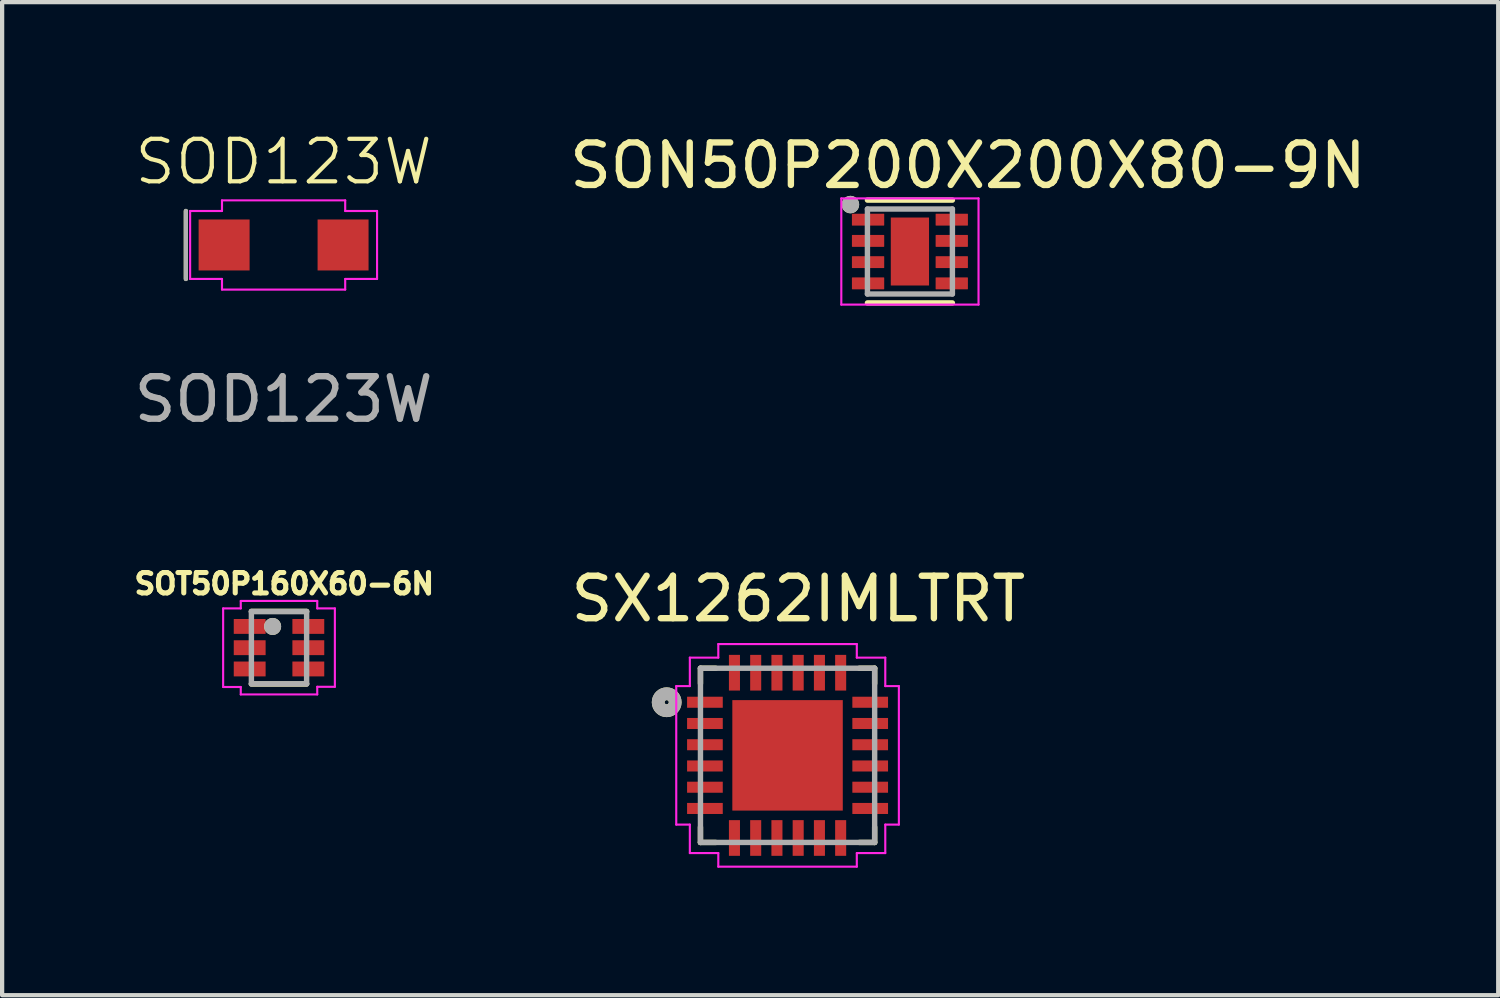
<source format=kicad_pcb>
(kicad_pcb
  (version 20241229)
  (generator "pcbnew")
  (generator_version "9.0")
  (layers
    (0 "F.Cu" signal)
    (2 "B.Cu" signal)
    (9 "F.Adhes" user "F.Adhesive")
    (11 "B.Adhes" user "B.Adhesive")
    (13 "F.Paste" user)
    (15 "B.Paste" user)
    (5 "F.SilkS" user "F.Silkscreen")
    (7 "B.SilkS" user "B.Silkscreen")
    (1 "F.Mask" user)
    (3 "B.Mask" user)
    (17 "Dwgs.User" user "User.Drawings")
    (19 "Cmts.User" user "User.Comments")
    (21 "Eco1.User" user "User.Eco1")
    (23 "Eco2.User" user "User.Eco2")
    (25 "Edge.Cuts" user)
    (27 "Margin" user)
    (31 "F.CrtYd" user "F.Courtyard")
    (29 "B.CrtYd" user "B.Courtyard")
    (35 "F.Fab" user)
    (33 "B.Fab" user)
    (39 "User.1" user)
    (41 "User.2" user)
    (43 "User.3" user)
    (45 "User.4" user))
  (footprint "SX1262IMLTRT"
    (layer "F.Cu")
    (at 15.487 14.729)
    (property "Reference" "SX1262IMLTRT" (at 0.254 -3.683 0) (layer "F.SilkS") (effects (font (size 1 1) (thickness 0.15))))
    (attr smd)
    (fp_line (start -2.05 -2.05) (end -2.05 -1.69) (stroke (width 0.127) (type solid)) (layer "F.SilkS"))
    (fp_line (start -2.05 2.05) (end -2.05 1.69) (stroke (width 0.127) (type solid)) (layer "F.SilkS"))
    (fp_line (start -1.69 -2.05) (end -2.05 -2.05) (stroke (width 0.127) (type solid)) (layer "F.SilkS"))
    (fp_line (start -1.69 2.05) (end -2.05 2.05) (stroke (width 0.127) (type solid)) (layer "F.SilkS"))
    (fp_line (start 1.69 2.05) (end 2.05 2.05) (stroke (width 0.127) (type solid)) (layer "F.SilkS"))
    (fp_line (start 2.05 -2.05) (end 1.69 -2.05) (stroke (width 0.127) (type solid)) (layer "F.SilkS"))
    (fp_line (start 2.05 -1.69) (end 2.05 -2.05) (stroke (width 0.127) (type solid)) (layer "F.SilkS"))
    (fp_line (start 2.05 2.05) (end 2.05 1.69) (stroke (width 0.127) (type solid)) (layer "F.SilkS"))
    (fp_circle (center -2.845 -1.25) (end -2.795 -1.25) (stroke (width 0.3) (type solid)) (fill no) (layer "F.SilkS"))
    (fp_poly (pts (xy -1.045 -1.045) (xy -0.125 -1.045) (xy -0.125 -0.125) (xy -1.045 -0.125)) (stroke (width 0.01) (type solid)) (fill yes) (layer "F.Paste"))
    (fp_poly (pts (xy -1.045 0.125) (xy -0.125 0.125) (xy -0.125 1.045) (xy -1.045 1.045)) (stroke (width 0.01) (type solid)) (fill yes) (layer "F.Paste"))
    (fp_poly (pts (xy 0.125 -1.045) (xy 1.045 -1.045) (xy 1.045 -0.125) (xy 0.125 -0.125)) (stroke (width 0.01) (type solid)) (fill yes) (layer "F.Paste"))
    (fp_poly (pts (xy 0.125 0.125) (xy 1.045 0.125) (xy 1.045 1.045) (xy 0.125 1.045)) (stroke (width 0.01) (type solid)) (fill yes) (layer "F.Paste"))
    (fp_line (start -2.62 -1.63) (end -2.62 1.63) (stroke (width 0.05) (type solid)) (layer "F.CrtYd"))
    (fp_line (start -2.62 1.63) (end -2.3 1.63) (stroke (width 0.05) (type solid)) (layer "F.CrtYd"))
    (fp_line (start -2.3 -2.3) (end -2.3 -1.63) (stroke (width 0.05) (type solid)) (layer "F.CrtYd"))
    (fp_line (start -2.3 -1.63) (end -2.62 -1.63) (stroke (width 0.05) (type solid)) (layer "F.CrtYd"))
    (fp_line (start -2.3 1.63) (end -2.3 2.3) (stroke (width 0.05) (type solid)) (layer "F.CrtYd"))
    (fp_line (start -2.3 2.3) (end -1.63 2.3) (stroke (width 0.05) (type solid)) (layer "F.CrtYd"))
    (fp_line (start -1.63 -2.62) (end -1.63 -2.3) (stroke (width 0.05) (type solid)) (layer "F.CrtYd"))
    (fp_line (start -1.63 -2.3) (end -2.3 -2.3) (stroke (width 0.05) (type solid)) (layer "F.CrtYd"))
    (fp_line (start -1.63 2.3) (end -1.63 2.62) (stroke (width 0.05) (type solid)) (layer "F.CrtYd"))
    (fp_line (start -1.63 2.62) (end 1.63 2.62) (stroke (width 0.05) (type solid)) (layer "F.CrtYd"))
    (fp_line (start 1.63 -2.62) (end -1.63 -2.62) (stroke (width 0.05) (type solid)) (layer "F.CrtYd"))
    (fp_line (start 1.63 -2.3) (end 1.63 -2.62) (stroke (width 0.05) (type solid)) (layer "F.CrtYd"))
    (fp_line (start 1.63 2.3) (end 2.3 2.3) (stroke (width 0.05) (type solid)) (layer "F.CrtYd"))
    (fp_line (start 1.63 2.62) (end 1.63 2.3) (stroke (width 0.05) (type solid)) (layer "F.CrtYd"))
    (fp_line (start 2.3 -2.3) (end 1.63 -2.3) (stroke (width 0.05) (type solid)) (layer "F.CrtYd"))
    (fp_line (start 2.3 -1.63) (end 2.3 -2.3) (stroke (width 0.05) (type solid)) (layer "F.CrtYd"))
    (fp_line (start 2.3 1.63) (end 2.62 1.63) (stroke (width 0.05) (type solid)) (layer "F.CrtYd"))
    (fp_line (start 2.3 2.3) (end 2.3 1.63) (stroke (width 0.05) (type solid)) (layer "F.CrtYd"))
    (fp_line (start 2.62 -1.63) (end 2.3 -1.63) (stroke (width 0.05) (type solid)) (layer "F.CrtYd"))
    (fp_line (start 2.62 1.63) (end 2.62 -1.63) (stroke (width 0.05) (type solid)) (layer "F.CrtYd"))
    (fp_line (start -2.05 -2.05) (end -2.05 2.05) (stroke (width 0.127) (type solid)) (layer "F.Fab"))
    (fp_line (start -2.05 2.05) (end 2.05 2.05) (stroke (width 0.127) (type solid)) (layer "F.Fab"))
    (fp_line (start 2.05 -2.05) (end -2.05 -2.05) (stroke (width 0.127) (type solid)) (layer "F.Fab"))
    (fp_line (start 2.05 2.05) (end 2.05 -2.05) (stroke (width 0.127) (type solid)) (layer "F.Fab"))
    (fp_circle (center -2.845 -1.25) (end -2.795 -1.25) (stroke (width 0.3) (type solid)) (fill no) (layer "F.Fab"))
    (pad "1" smd rect (at -1.945 -1.25 180) (size 0.84 0.26) (layers "F.Cu" "F.Mask" "F.Paste"))
    (pad "2" smd rect (at -1.945 -0.75 180) (size 0.84 0.26) (layers "F.Cu" "F.Mask" "F.Paste"))
    (pad "3" smd rect (at -1.945 -0.25 180) (size 0.84 0.26) (layers "F.Cu" "F.Mask" "F.Paste"))
    (pad "4" smd rect (at -1.945 0.25 180) (size 0.84 0.26) (layers "F.Cu" "F.Mask" "F.Paste"))
    (pad "5" smd rect (at -1.945 0.75 180) (size 0.84 0.26) (layers "F.Cu" "F.Mask" "F.Paste"))
    (pad "6" smd rect (at -1.945 1.25 180) (size 0.84 0.26) (layers "F.Cu" "F.Mask" "F.Paste"))
    (pad "7" smd rect (at -1.25 1.945 270) (size 0.84 0.26) (layers "F.Cu" "F.Mask" "F.Paste"))
    (pad "8" smd rect (at -0.75 1.945 270) (size 0.84 0.26) (layers "F.Cu" "F.Mask" "F.Paste"))
    (pad "9" smd rect (at -0.25 1.945 270) (size 0.84 0.26) (layers "F.Cu" "F.Mask" "F.Paste"))
    (pad "10" smd rect (at 0.25 1.945 270) (size 0.84 0.26) (layers "F.Cu" "F.Mask" "F.Paste"))
    (pad "11" smd rect (at 0.75 1.945 270) (size 0.84 0.26) (layers "F.Cu" "F.Mask" "F.Paste"))
    (pad "12" smd rect (at 1.25 1.945 270) (size 0.84 0.26) (layers "F.Cu" "F.Mask" "F.Paste"))
    (pad "13" smd rect (at 1.945 1.25) (size 0.84 0.26) (layers "F.Cu" "F.Mask" "F.Paste"))
    (pad "14" smd rect (at 1.945 0.75) (size 0.84 0.26) (layers "F.Cu" "F.Mask" "F.Paste"))
    (pad "15" smd rect (at 1.945 0.25) (size 0.84 0.26) (layers "F.Cu" "F.Mask" "F.Paste"))
    (pad "16" smd rect (at 1.945 -0.25) (size 0.84 0.26) (layers "F.Cu" "F.Mask" "F.Paste"))
    (pad "17" smd rect (at 1.945 -0.75) (size 0.84 0.26) (layers "F.Cu" "F.Mask" "F.Paste"))
    (pad "18" smd rect (at 1.945 -1.25) (size 0.84 0.26) (layers "F.Cu" "F.Mask" "F.Paste"))
    (pad "19" smd rect (at 1.25 -1.945 90) (size 0.84 0.26) (layers "F.Cu" "F.Mask" "F.Paste"))
    (pad "20" smd rect (at 0.75 -1.945 90) (size 0.84 0.26) (layers "F.Cu" "F.Mask" "F.Paste"))
    (pad "21" smd rect (at 0.25 -1.945 90) (size 0.84 0.26) (layers "F.Cu" "F.Mask" "F.Paste"))
    (pad "22" smd rect (at -0.25 -1.945 90) (size 0.84 0.26) (layers "F.Cu" "F.Mask" "F.Paste"))
    (pad "23" smd rect (at -0.75 -1.945 90) (size 0.84 0.26) (layers "F.Cu" "F.Mask" "F.Paste"))
    (pad "24" smd rect (at -1.25 -1.945 90) (size 0.84 0.26) (layers "F.Cu" "F.Mask" "F.Paste"))
    (pad "25" smd rect (at 0 0 90) (size 2.6 2.6) (layers "F.Cu" "F.Mask")))
  (footprint "SOD123W"
    (layer "F.Cu")
    (at 3.625 2.716)
    (property "Reference" "SOD123W" (at 0 -1.956 0) (unlocked yes) (layer "F.SilkS") (effects (font (size 1 1) (thickness 0.1))))
    (attr smd)
    (fp_line (start -2.3 -0.8) (end -2.3 0.8) (stroke (width 0.1) (type default)) (layer "F.SilkS"))
    (fp_line (start -2.2 -0.8) (end -2.2 0.8) (stroke (width 0.05) (type default)) (layer "F.CrtYd"))
    (fp_line (start -1.45 -1.05) (end -1.45 -0.8) (stroke (width 0.05) (type default)) (layer "F.CrtYd"))
    (fp_line (start -1.45 -0.8) (end -2.2 -0.8) (stroke (width 0.05) (type default)) (layer "F.CrtYd"))
    (fp_line (start -1.45 0.8) (end -2.2 0.8) (stroke (width 0.05) (type default)) (layer "F.CrtYd"))
    (fp_line (start -1.45 0.8) (end -1.45 1.05) (stroke (width 0.05) (type default)) (layer "F.CrtYd"))
    (fp_line (start 1.45 -1.05) (end -1.45 -1.05) (stroke (width 0.05) (type default)) (layer "F.CrtYd"))
    (fp_line (start 1.45 -0.8) (end 1.45 -1.05) (stroke (width 0.05) (type default)) (layer "F.CrtYd"))
    (fp_line (start 1.45 0.8) (end 1.45 1.05) (stroke (width 0.05) (type default)) (layer "F.CrtYd"))
    (fp_line (start 1.45 1.05) (end -1.45 1.05) (stroke (width 0.05) (type default)) (layer "F.CrtYd"))
    (fp_line (start 2.2 -0.8) (end 1.45 -0.8) (stroke (width 0.05) (type default)) (layer "F.CrtYd"))
    (fp_line (start 2.2 0.8) (end 1.45 0.8) (stroke (width 0.05) (type default)) (layer "F.CrtYd"))
    (fp_line (start 2.2 0.8) (end 2.2 -0.8) (stroke (width 0.05) (type default)) (layer "F.CrtYd"))
    (fp_line (start -2.3 -0.8) (end -2.3 0.8) (stroke (width 0.1) (type default)) (layer "F.Fab"))
    (fp_text user "${REFERENCE}" (at 0 3.634 0) (unlocked yes) (layer "F.Fab") (effects (font (size 1 1) (thickness 0.15))))
    (pad "1" smd rect (at -1.4 0) (size 1.2 1.2) (layers "F.Cu" "F.Mask" "F.Paste"))
    (pad "2" smd rect (at 1.4 0) (size 1.2 1.2) (layers "F.Cu" "F.Mask" "F.Paste")))
  (footprint "SON50P200X200X80-9N"
    (layer "F.Cu")
    (at 18.367 2.87)
    (property "Reference" "SON50P200X200X80-9N" (at 1.365 -2.022 0) (layer "F.SilkS") (effects (font (size 1 1) (thickness 0.15))))
    (attr smd)
    (fp_line (start -1 -1.21) (end 1 -1.21) (stroke (width 0.127) (type solid)) (layer "F.SilkS"))
    (fp_line (start -1 1.21) (end 1 1.21) (stroke (width 0.127) (type solid)) (layer "F.SilkS"))
    (fp_circle (center -1.4 -1.105) (end -1.405 -1.105) (stroke (width 0.2) (type solid)) (fill no) (layer "F.SilkS"))
    (fp_poly (pts (xy -0.45 -0.8) (xy 0.45 -0.8) (xy 0.45 -0.1) (xy -0.45 -0.1)) (stroke (width 0.01) (type solid)) (fill yes) (layer "F.Paste"))
    (fp_poly (pts (xy -0.45 0.1) (xy 0.45 0.1) (xy 0.45 0.8) (xy -0.45 0.8)) (stroke (width 0.01) (type solid)) (fill yes) (layer "F.Paste"))
    (fp_line (start -1.615 -1.25) (end -1.615 1.25) (stroke (width 0.05) (type solid)) (layer "F.CrtYd"))
    (fp_line (start -1.615 -1.25) (end 1.615 -1.25) (stroke (width 0.05) (type solid)) (layer "F.CrtYd"))
    (fp_line (start -1.615 1.25) (end 1.615 1.25) (stroke (width 0.05) (type solid)) (layer "F.CrtYd"))
    (fp_line (start 1.615 -1.25) (end 1.615 1.25) (stroke (width 0.05) (type solid)) (layer "F.CrtYd"))
    (fp_line (start -1 -1) (end -1 1) (stroke (width 0.127) (type solid)) (layer "F.Fab"))
    (fp_line (start -1 -1) (end 1 -1) (stroke (width 0.127) (type solid)) (layer "F.Fab"))
    (fp_line (start -1 1) (end 1 1) (stroke (width 0.127) (type solid)) (layer "F.Fab"))
    (fp_line (start 1 -1) (end 1 1) (stroke (width 0.127) (type solid)) (layer "F.Fab"))
    (fp_circle (center -1.4 -1.105) (end -1.405 -1.105) (stroke (width 0.2) (type solid)) (fill no) (layer "F.Fab"))
    (pad "1" smd roundrect (at -0.985 -0.75) (size 0.76 0.28) (layers "F.Cu" "F.Mask" "F.Paste") (roundrect_rratio 0.04))
    (pad "2" smd roundrect (at -0.985 -0.25) (size 0.76 0.28) (layers "F.Cu" "F.Mask" "F.Paste") (roundrect_rratio 0.04))
    (pad "3" smd roundrect (at -0.985 0.25) (size 0.76 0.28) (layers "F.Cu" "F.Mask" "F.Paste") (roundrect_rratio 0.04))
    (pad "4" smd roundrect (at -0.985 0.75) (size 0.76 0.28) (layers "F.Cu" "F.Mask" "F.Paste") (roundrect_rratio 0.04))
    (pad "5" smd roundrect (at 0.985 0.75) (size 0.76 0.28) (layers "F.Cu" "F.Mask" "F.Paste") (roundrect_rratio 0.04))
    (pad "6" smd roundrect (at 0.985 0.25) (size 0.76 0.28) (layers "F.Cu" "F.Mask" "F.Paste") (roundrect_rratio 0.04))
    (pad "7" smd roundrect (at 0.985 -0.25) (size 0.76 0.28) (layers "F.Cu" "F.Mask" "F.Paste") (roundrect_rratio 0.04))
    (pad "8" smd roundrect (at 0.985 -0.75) (size 0.76 0.28) (layers "F.Cu" "F.Mask" "F.Paste") (roundrect_rratio 0.04))
    (pad "9" smd rect (at 0 0) (size 0.9 1.6) (layers "F.Cu" "F.Mask")))
  (footprint "SOT50P160X60-6N"
    (layer "F.Cu")
    (at 3.517 12.195)
    (property "Reference" "SOT50P160X60-6N" (at 0.124 -1.505 0) (layer "F.SilkS") (effects (font (size 0.48 0.48) (thickness 0.15))))
    (attr smd)
    (fp_line (start 0.65 -0.855) (end -0.65 -0.855) (stroke (width 0.127) (type solid)) (layer "F.SilkS"))
    (fp_line (start 0.65 0.855) (end -0.65 0.855) (stroke (width 0.127) (type solid)) (layer "F.SilkS"))
    (fp_circle (center -0.15 -0.5) (end -0.15 -0.5) (stroke (width 0.2) (type solid)) (fill no) (layer "F.SilkS"))
    (fp_line (start -1.315 -0.925) (end -0.9 -0.925) (stroke (width 0.05) (type solid)) (layer "F.CrtYd"))
    (fp_line (start -1.315 0.925) (end -1.315 -0.925) (stroke (width 0.05) (type solid)) (layer "F.CrtYd"))
    (fp_line (start -0.9 -1.1) (end 0.9 -1.1) (stroke (width 0.05) (type solid)) (layer "F.CrtYd"))
    (fp_line (start -0.9 -0.925) (end -0.9 -1.1) (stroke (width 0.05) (type solid)) (layer "F.CrtYd"))
    (fp_line (start -0.9 0.925) (end -1.315 0.925) (stroke (width 0.05) (type solid)) (layer "F.CrtYd"))
    (fp_line (start -0.9 1.1) (end -0.9 0.925) (stroke (width 0.05) (type solid)) (layer "F.CrtYd"))
    (fp_line (start 0.9 -1.1) (end 0.9 -0.925) (stroke (width 0.05) (type solid)) (layer "F.CrtYd"))
    (fp_line (start 0.9 -0.925) (end 1.315 -0.925) (stroke (width 0.05) (type solid)) (layer "F.CrtYd"))
    (fp_line (start 0.9 0.92) (end 0.9 1.1) (stroke (width 0.05) (type solid)) (layer "F.CrtYd"))
    (fp_line (start 0.9 1.1) (end -0.9 1.1) (stroke (width 0.05) (type solid)) (layer "F.CrtYd"))
    (fp_line (start 1.315 -0.925) (end 1.315 0.92) (stroke (width 0.05) (type solid)) (layer "F.CrtYd"))
    (fp_line (start 1.315 0.92) (end 0.9 0.92) (stroke (width 0.05) (type solid)) (layer "F.CrtYd"))
    (fp_line (start -0.65 -0.85) (end 0.65 -0.85) (stroke (width 0.127) (type solid)) (layer "F.Fab"))
    (fp_line (start -0.65 0.85) (end -0.65 -0.85) (stroke (width 0.127) (type solid)) (layer "F.Fab"))
    (fp_line (start 0.65 -0.85) (end 0.65 0.85) (stroke (width 0.127) (type solid)) (layer "F.Fab"))
    (fp_line (start 0.65 0.85) (end -0.65 0.85) (stroke (width 0.127) (type solid)) (layer "F.Fab"))
    (fp_circle (center -0.15 -0.5) (end -0.15 -0.5) (stroke (width 0.2) (type solid)) (fill no) (layer "F.Fab"))
    (pad "1" smd roundrect (at -0.69 -0.5) (size 0.75 0.35) (layers "F.Cu" "F.Mask" "F.Paste") (roundrect_rratio 0.01))
    (pad "2" smd roundrect (at -0.69 0) (size 0.75 0.35) (layers "F.Cu" "F.Mask" "F.Paste") (roundrect_rratio 0.01))
    (pad "3" smd roundrect (at -0.69 0.5) (size 0.75 0.35) (layers "F.Cu" "F.Mask" "F.Paste") (roundrect_rratio 0.01))
    (pad "4" smd roundrect (at 0.69 0.5) (size 0.75 0.35) (layers "F.Cu" "F.Mask" "F.Paste") (roundrect_rratio 0.01))
    (pad "5" smd roundrect (at 0.69 0) (size 0.75 0.35) (layers "F.Cu" "F.Mask" "F.Paste") (roundrect_rratio 0.01))
    (pad "6" smd roundrect (at 0.69 -0.5) (size 0.75 0.35) (layers "F.Cu" "F.Mask" "F.Paste") (roundrect_rratio 0.01)))
  (gr_rect
    (start -3 -3)
    (end 32.214 20.374)
    (stroke (width 0.1) (type default))
    (fill no)
    (layer "Edge.Cuts")))
</source>
